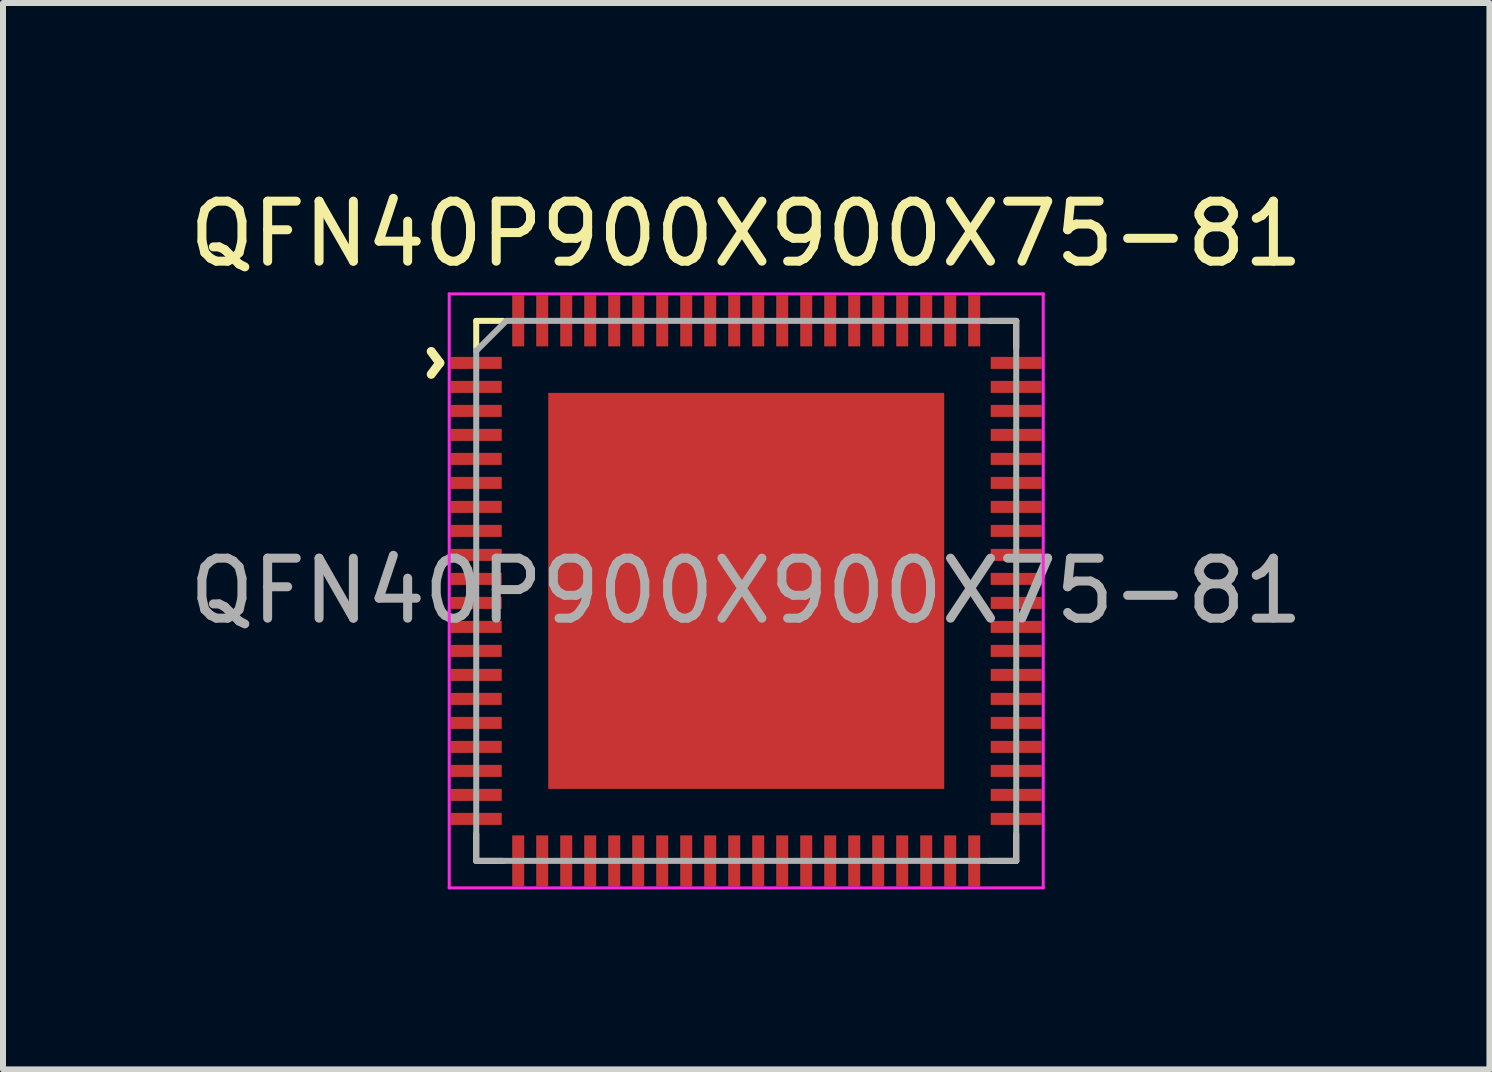
<source format=kicad_pcb>
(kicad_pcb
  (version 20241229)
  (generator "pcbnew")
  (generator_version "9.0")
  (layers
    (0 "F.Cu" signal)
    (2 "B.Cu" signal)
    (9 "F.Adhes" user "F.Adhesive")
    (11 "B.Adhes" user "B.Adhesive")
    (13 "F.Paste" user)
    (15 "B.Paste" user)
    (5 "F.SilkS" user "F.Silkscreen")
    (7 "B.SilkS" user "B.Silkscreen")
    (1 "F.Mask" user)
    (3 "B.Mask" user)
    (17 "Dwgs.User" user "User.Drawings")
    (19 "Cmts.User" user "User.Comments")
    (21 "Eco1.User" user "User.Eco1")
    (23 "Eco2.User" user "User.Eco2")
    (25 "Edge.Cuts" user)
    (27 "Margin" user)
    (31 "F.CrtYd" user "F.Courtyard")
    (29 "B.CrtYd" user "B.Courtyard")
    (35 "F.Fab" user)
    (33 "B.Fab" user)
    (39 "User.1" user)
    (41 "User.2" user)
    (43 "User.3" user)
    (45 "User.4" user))
  (footprint "QFN40P900X900X75-81"
    (layer "F.Cu")
    (at 9.387 6.798)
    (property "Reference" "QFN40P900X900X75-81" (at 0 -5.95 0) (layer "F.SilkS") (effects (font (size 1 1) (thickness 0.15))))
    (attr smd)
    (fp_line (start -4.5 -4.5) (end -4.05 -4.5) (stroke (width 0.1) (type solid)) (layer "F.SilkS"))
    (fp_line (start -4.5 -4.05) (end -4.5 -4.5) (stroke (width 0.1) (type solid)) (layer "F.SilkS"))
    (fp_line (start -4.5 4.5) (end -4.5 4.05) (stroke (width 0.1) (type solid)) (layer "F.SilkS"))
    (fp_line (start -4.05 4.5) (end -4.5 4.5) (stroke (width 0.1) (type solid)) (layer "F.SilkS"))
    (fp_line (start 4.05 -4.5) (end 4.5 -4.5) (stroke (width 0.1) (type solid)) (layer "F.SilkS"))
    (fp_line (start 4.05 4.5) (end 4.5 4.5) (stroke (width 0.1) (type solid)) (layer "F.SilkS"))
    (fp_line (start 4.5 -4.5) (end 4.5 -4.05) (stroke (width 0.1) (type solid)) (layer "F.SilkS"))
    (fp_line (start 4.5 4.5) (end 4.5 4.05) (stroke (width 0.1) (type solid)) (layer "F.SilkS"))
    (fp_rect (start -3.25 -3.25) (end -1.75 -1.75) (stroke (width 0.1) (type solid)) (fill yes) (layer "F.Paste"))
    (fp_rect (start -3.25 -1) (end -1.75 1) (stroke (width 0.1) (type solid)) (fill yes) (layer "F.Paste"))
    (fp_rect (start -3.25 1.75) (end -1.75 3.25) (stroke (width 0.1) (type solid)) (fill yes) (layer "F.Paste"))
    (fp_rect (start -1 -3.25) (end 1 -1.75) (stroke (width 0.1) (type solid)) (fill yes) (layer "F.Paste"))
    (fp_rect (start -1 -1) (end 1 1) (stroke (width 0.1) (type solid)) (fill yes) (layer "F.Paste"))
    (fp_rect (start -1 1.75) (end 1 3.25) (stroke (width 0.1) (type solid)) (fill yes) (layer "F.Paste"))
    (fp_rect (start 3.25 -3.25) (end 1.75 -1.75) (stroke (width 0.1) (type solid)) (fill yes) (layer "F.Paste"))
    (fp_rect (start 3.25 -1) (end 1.75 1) (stroke (width 0.1) (type solid)) (fill yes) (layer "F.Paste"))
    (fp_rect (start 3.25 1.75) (end 1.75 3.25) (stroke (width 0.1) (type solid)) (fill yes) (layer "F.Paste"))
    (fp_line (start -4.95 -4.95) (end 4.95 -4.95) (stroke (width 0.05) (type solid)) (layer "F.CrtYd"))
    (fp_line (start -4.95 4.95) (end -4.95 -4.95) (stroke (width 0.05) (type solid)) (layer "F.CrtYd"))
    (fp_line (start 4.95 -4.95) (end 4.95 4.95) (stroke (width 0.05) (type solid)) (layer "F.CrtYd"))
    (fp_line (start 4.95 4.95) (end -4.95 4.95) (stroke (width 0.05) (type solid)) (layer "F.CrtYd"))
    (fp_line (start -4.5 -4) (end -4.5 4.5) (stroke (width 0.1) (type solid)) (layer "F.Fab"))
    (fp_line (start -4.5 4.5) (end 4.5 4.5) (stroke (width 0.1) (type solid)) (layer "F.Fab"))
    (fp_line (start -4 -4.5) (end -4.5 -4) (stroke (width 0.1) (type solid)) (layer "F.Fab"))
    (fp_line (start 4.5 -4.5) (end -4 -4.5) (stroke (width 0.1) (type solid)) (layer "F.Fab"))
    (fp_line (start 4.5 4.5) (end 4.5 -4.5) (stroke (width 0.1) (type solid)) (layer "F.Fab"))
    (fp_text user "^" (at -5.7 -3.8 270) (unlocked yes) (layer "F.SilkS") (effects (font (size 1 1) (thickness 0.15))))
    (fp_text user "${REFERENCE}" (at 0 0 0) (unlocked yes) (layer "F.Fab") (effects (font (size 1 1) (thickness 0.15))))
    (pad "1" smd rect (at -4.5 -3.8 90) (size 0.2 0.85) (layers "F.Cu" "F.Mask" "F.Paste"))
    (pad "2" smd rect (at -4.5 -3.4 90) (size 0.2 0.85) (layers "F.Cu" "F.Mask" "F.Paste"))
    (pad "3" smd rect (at -4.5 -3 90) (size 0.2 0.85) (layers "F.Cu" "F.Mask" "F.Paste"))
    (pad "4" smd rect (at -4.5 -2.6 90) (size 0.2 0.85) (layers "F.Cu" "F.Mask" "F.Paste"))
    (pad "5" smd rect (at -4.5 -2.2 90) (size 0.2 0.85) (layers "F.Cu" "F.Mask" "F.Paste"))
    (pad "6" smd rect (at -4.5 -1.8 90) (size 0.2 0.85) (layers "F.Cu" "F.Mask" "F.Paste"))
    (pad "7" smd rect (at -4.5 -1.4 90) (size 0.2 0.85) (layers "F.Cu" "F.Mask" "F.Paste"))
    (pad "8" smd rect (at -4.5 -1 90) (size 0.2 0.85) (layers "F.Cu" "F.Mask" "F.Paste"))
    (pad "9" smd rect (at -4.5 -0.6 90) (size 0.2 0.85) (layers "F.Cu" "F.Mask" "F.Paste"))
    (pad "10" smd rect (at -4.5 -0.2 90) (size 0.2 0.85) (layers "F.Cu" "F.Mask" "F.Paste"))
    (pad "11" smd rect (at -4.5 0.2 90) (size 0.2 0.85) (layers "F.Cu" "F.Mask" "F.Paste"))
    (pad "12" smd rect (at -4.5 0.6 90) (size 0.2 0.85) (layers "F.Cu" "F.Mask" "F.Paste"))
    (pad "13" smd rect (at -4.5 1 90) (size 0.2 0.85) (layers "F.Cu" "F.Mask" "F.Paste"))
    (pad "14" smd rect (at -4.5 1.4 90) (size 0.2 0.85) (layers "F.Cu" "F.Mask" "F.Paste"))
    (pad "15" smd rect (at -4.5 1.8 90) (size 0.2 0.85) (layers "F.Cu" "F.Mask" "F.Paste"))
    (pad "16" smd rect (at -4.5 2.2 90) (size 0.2 0.85) (layers "F.Cu" "F.Mask" "F.Paste"))
    (pad "17" smd rect (at -4.5 2.6 90) (size 0.2 0.85) (layers "F.Cu" "F.Mask" "F.Paste"))
    (pad "18" smd rect (at -4.5 3 90) (size 0.2 0.85) (layers "F.Cu" "F.Mask" "F.Paste"))
    (pad "19" smd rect (at -4.5 3.4 90) (size 0.2 0.85) (layers "F.Cu" "F.Mask" "F.Paste"))
    (pad "20" smd rect (at -4.5 3.8 90) (size 0.2 0.85) (layers "F.Cu" "F.Mask" "F.Paste"))
    (pad "21" smd rect (at -3.8 4.5) (size 0.2 0.85) (layers "F.Cu" "F.Mask" "F.Paste"))
    (pad "22" smd rect (at -3.4 4.5) (size 0.2 0.85) (layers "F.Cu" "F.Mask" "F.Paste"))
    (pad "23" smd rect (at -3 4.5) (size 0.2 0.85) (layers "F.Cu" "F.Mask" "F.Paste"))
    (pad "24" smd rect (at -2.6 4.5) (size 0.2 0.85) (layers "F.Cu" "F.Mask" "F.Paste"))
    (pad "25" smd rect (at -2.2 4.5) (size 0.2 0.85) (layers "F.Cu" "F.Mask" "F.Paste"))
    (pad "26" smd rect (at -1.8 4.5) (size 0.2 0.85) (layers "F.Cu" "F.Mask" "F.Paste"))
    (pad "27" smd rect (at -1.4 4.5) (size 0.2 0.85) (layers "F.Cu" "F.Mask" "F.Paste"))
    (pad "28" smd rect (at -1 4.5) (size 0.2 0.85) (layers "F.Cu" "F.Mask" "F.Paste"))
    (pad "29" smd rect (at -0.6 4.5) (size 0.2 0.85) (layers "F.Cu" "F.Mask" "F.Paste"))
    (pad "30" smd rect (at -0.2 4.5) (size 0.2 0.85) (layers "F.Cu" "F.Mask" "F.Paste"))
    (pad "31" smd rect (at 0.2 4.5) (size 0.2 0.85) (layers "F.Cu" "F.Mask" "F.Paste"))
    (pad "32" smd rect (at 0.6 4.5) (size 0.2 0.85) (layers "F.Cu" "F.Mask" "F.Paste"))
    (pad "33" smd rect (at 1 4.5) (size 0.2 0.85) (layers "F.Cu" "F.Mask" "F.Paste"))
    (pad "34" smd rect (at 1.4 4.5) (size 0.2 0.85) (layers "F.Cu" "F.Mask" "F.Paste"))
    (pad "35" smd rect (at 1.8 4.5) (size 0.2 0.85) (layers "F.Cu" "F.Mask" "F.Paste"))
    (pad "36" smd rect (at 2.2 4.5) (size 0.2 0.85) (layers "F.Cu" "F.Mask" "F.Paste"))
    (pad "37" smd rect (at 2.6 4.5) (size 0.2 0.85) (layers "F.Cu" "F.Mask" "F.Paste"))
    (pad "38" smd rect (at 3 4.5) (size 0.2 0.85) (layers "F.Cu" "F.Mask" "F.Paste"))
    (pad "39" smd rect (at 3.4 4.5) (size 0.2 0.85) (layers "F.Cu" "F.Mask" "F.Paste"))
    (pad "40" smd rect (at 3.8 4.5) (size 0.2 0.85) (layers "F.Cu" "F.Mask" "F.Paste"))
    (pad "41" smd rect (at 4.5 3.8 90) (size 0.2 0.85) (layers "F.Cu" "F.Mask" "F.Paste"))
    (pad "42" smd rect (at 4.5 3.4 90) (size 0.2 0.85) (layers "F.Cu" "F.Mask" "F.Paste"))
    (pad "43" smd rect (at 4.5 3 90) (size 0.2 0.85) (layers "F.Cu" "F.Mask" "F.Paste"))
    (pad "44" smd rect (at 4.5 2.6 90) (size 0.2 0.85) (layers "F.Cu" "F.Mask" "F.Paste"))
    (pad "45" smd rect (at 4.5 2.2 90) (size 0.2 0.85) (layers "F.Cu" "F.Mask" "F.Paste"))
    (pad "46" smd rect (at 4.5 1.8 90) (size 0.2 0.85) (layers "F.Cu" "F.Mask" "F.Paste"))
    (pad "47" smd rect (at 4.5 1.4 90) (size 0.2 0.85) (layers "F.Cu" "F.Mask" "F.Paste"))
    (pad "48" smd rect (at 4.5 1 90) (size 0.2 0.85) (layers "F.Cu" "F.Mask" "F.Paste"))
    (pad "49" smd rect (at 4.5 0.6 90) (size 0.2 0.85) (layers "F.Cu" "F.Mask" "F.Paste"))
    (pad "50" smd rect (at 4.5 0.2 90) (size 0.2 0.85) (layers "F.Cu" "F.Mask" "F.Paste"))
    (pad "51" smd rect (at 4.5 -0.2 90) (size 0.2 0.85) (layers "F.Cu" "F.Mask" "F.Paste"))
    (pad "52" smd rect (at 4.5 -0.6 90) (size 0.2 0.85) (layers "F.Cu" "F.Mask" "F.Paste"))
    (pad "53" smd rect (at 4.5 -1 90) (size 0.2 0.85) (layers "F.Cu" "F.Mask" "F.Paste"))
    (pad "54" smd rect (at 4.5 -1.4 90) (size 0.2 0.85) (layers "F.Cu" "F.Mask" "F.Paste"))
    (pad "55" smd rect (at 4.5 -1.8 90) (size 0.2 0.85) (layers "F.Cu" "F.Mask" "F.Paste"))
    (pad "56" smd rect (at 4.5 -2.2 90) (size 0.2 0.85) (layers "F.Cu" "F.Mask" "F.Paste"))
    (pad "57" smd rect (at 4.5 -2.6 90) (size 0.2 0.85) (layers "F.Cu" "F.Mask" "F.Paste"))
    (pad "58" smd rect (at 4.5 -3 90) (size 0.2 0.85) (layers "F.Cu" "F.Mask" "F.Paste"))
    (pad "59" smd rect (at 4.5 -3.4 90) (size 0.2 0.85) (layers "F.Cu" "F.Mask" "F.Paste"))
    (pad "60" smd rect (at 4.5 -3.8 90) (size 0.2 0.85) (layers "F.Cu" "F.Mask" "F.Paste"))
    (pad "61" smd rect (at 3.8 -4.5) (size 0.2 0.85) (layers "F.Cu" "F.Mask" "F.Paste"))
    (pad "62" smd rect (at 3.4 -4.5) (size 0.2 0.85) (layers "F.Cu" "F.Mask" "F.Paste"))
    (pad "63" smd rect (at 3 -4.5) (size 0.2 0.85) (layers "F.Cu" "F.Mask" "F.Paste"))
    (pad "64" smd rect (at 2.6 -4.5) (size 0.2 0.85) (layers "F.Cu" "F.Mask" "F.Paste"))
    (pad "65" smd rect (at 2.2 -4.5) (size 0.2 0.85) (layers "F.Cu" "F.Mask" "F.Paste"))
    (pad "66" smd rect (at 1.8 -4.5) (size 0.2 0.85) (layers "F.Cu" "F.Mask" "F.Paste"))
    (pad "67" smd rect (at 1.4 -4.5) (size 0.2 0.85) (layers "F.Cu" "F.Mask" "F.Paste"))
    (pad "68" smd rect (at 1 -4.5) (size 0.2 0.85) (layers "F.Cu" "F.Mask" "F.Paste"))
    (pad "69" smd rect (at 0.6 -4.5) (size 0.2 0.85) (layers "F.Cu" "F.Mask" "F.Paste"))
    (pad "70" smd rect (at 0.2 -4.5) (size 0.2 0.85) (layers "F.Cu" "F.Mask" "F.Paste"))
    (pad "71" smd rect (at -0.2 -4.5) (size 0.2 0.85) (layers "F.Cu" "F.Mask" "F.Paste"))
    (pad "72" smd rect (at -0.6 -4.5) (size 0.2 0.85) (layers "F.Cu" "F.Mask" "F.Paste"))
    (pad "73" smd rect (at -1 -4.5) (size 0.2 0.85) (layers "F.Cu" "F.Mask" "F.Paste"))
    (pad "74" smd rect (at -1.4 -4.5) (size 0.2 0.85) (layers "F.Cu" "F.Mask" "F.Paste"))
    (pad "75" smd rect (at -1.8 -4.5) (size 0.2 0.85) (layers "F.Cu" "F.Mask" "F.Paste"))
    (pad "76" smd rect (at -2.2 -4.5) (size 0.2 0.85) (layers "F.Cu" "F.Mask" "F.Paste"))
    (pad "77" smd rect (at -2.6 -4.5) (size 0.2 0.85) (layers "F.Cu" "F.Mask" "F.Paste"))
    (pad "78" smd rect (at -3 -4.5) (size 0.2 0.85) (layers "F.Cu" "F.Mask" "F.Paste"))
    (pad "79" smd rect (at -3.4 -4.5) (size 0.2 0.85) (layers "F.Cu" "F.Mask" "F.Paste"))
    (pad "80" smd rect (at -3.8 -4.5) (size 0.2 0.85) (layers "F.Cu" "F.Mask" "F.Paste"))
    (pad "81" smd rect (at 0 0) (size 6.6 6.6) (layers "F.Cu" "F.Mask")))
  (gr_rect
    (start -3 -3)
    (end 21.774 14.773)
    (stroke (width 0.1) (type default))
    (fill no)
    (layer "Edge.Cuts")))
</source>
